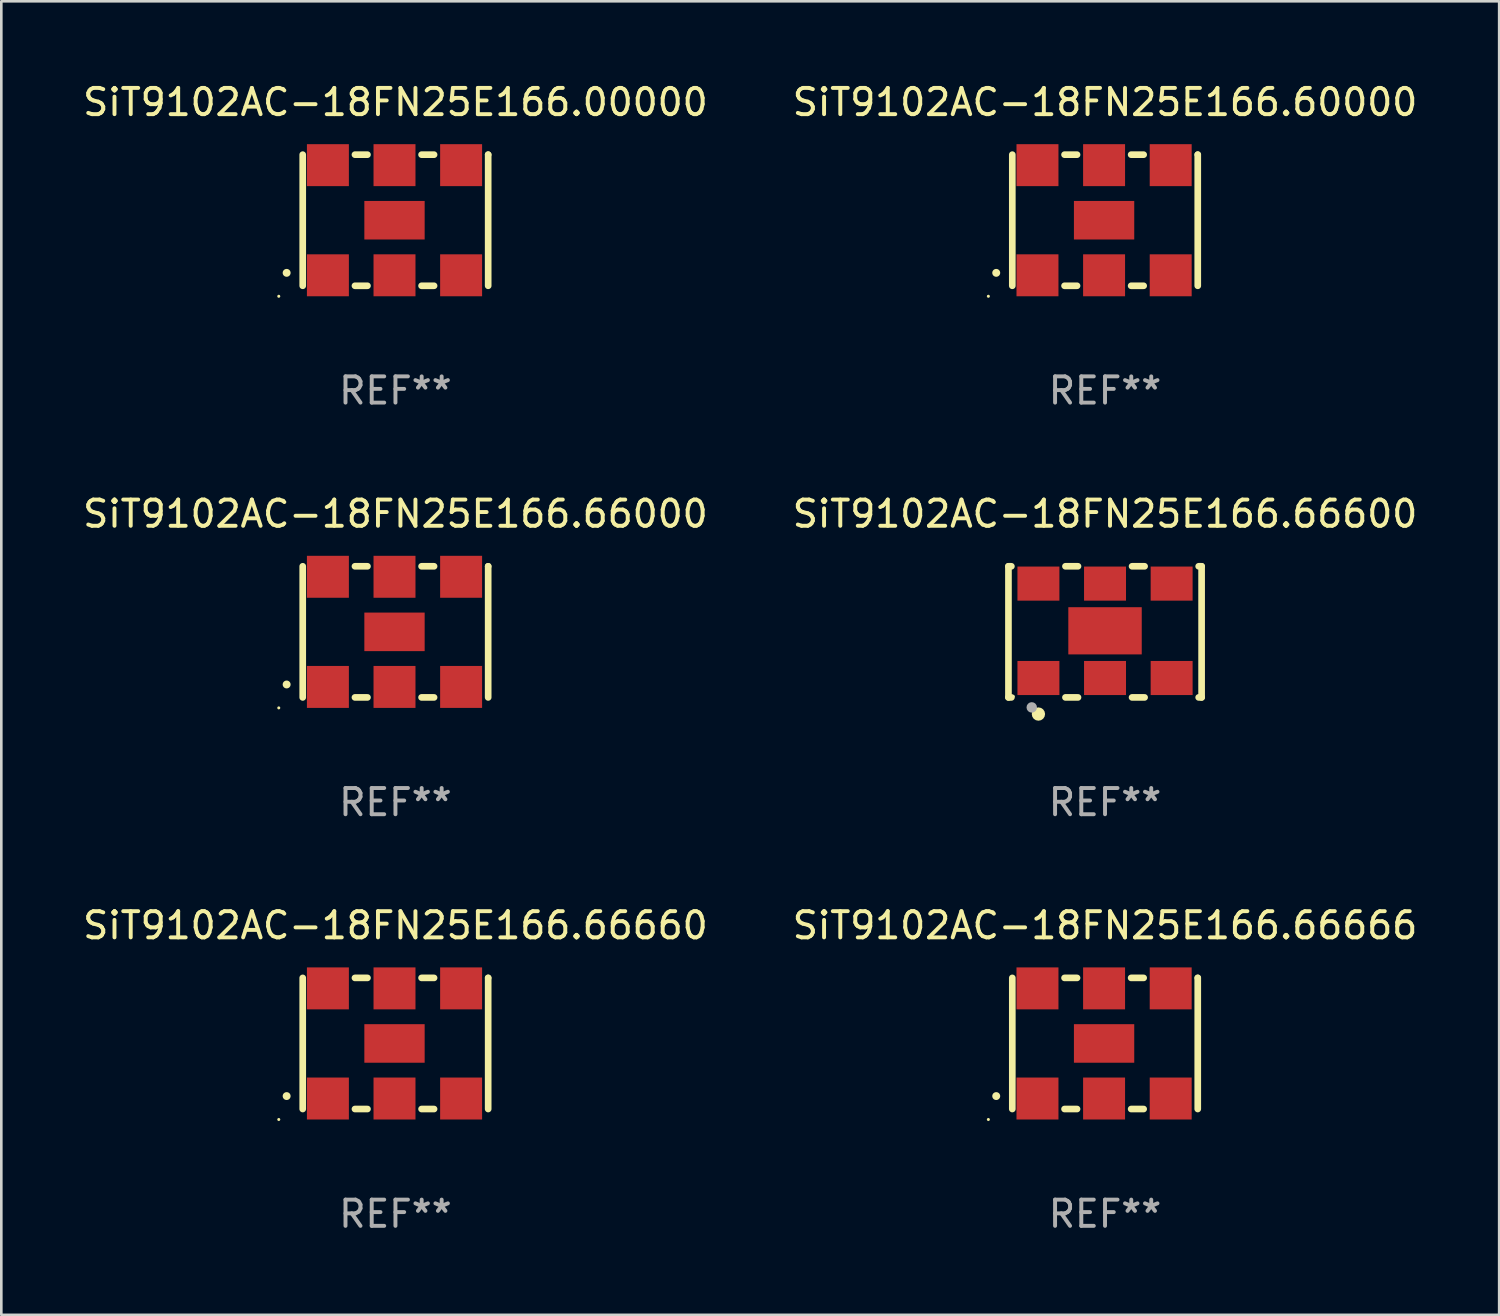
<source format=kicad_pcb>
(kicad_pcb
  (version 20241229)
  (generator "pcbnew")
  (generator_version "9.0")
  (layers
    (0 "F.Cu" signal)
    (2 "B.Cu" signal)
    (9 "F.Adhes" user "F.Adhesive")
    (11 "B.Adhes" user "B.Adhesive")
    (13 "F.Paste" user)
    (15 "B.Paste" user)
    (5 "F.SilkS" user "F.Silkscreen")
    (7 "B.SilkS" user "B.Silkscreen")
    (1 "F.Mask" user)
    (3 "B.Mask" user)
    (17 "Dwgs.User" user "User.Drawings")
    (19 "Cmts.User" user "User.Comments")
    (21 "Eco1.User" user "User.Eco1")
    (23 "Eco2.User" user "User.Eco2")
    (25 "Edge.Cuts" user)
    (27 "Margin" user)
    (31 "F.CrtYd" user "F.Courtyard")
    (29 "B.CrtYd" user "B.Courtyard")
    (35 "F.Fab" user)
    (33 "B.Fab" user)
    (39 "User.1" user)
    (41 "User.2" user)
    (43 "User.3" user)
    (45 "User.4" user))
  (footprint "SiT9102AC-18FN25E166.66600"
    (layer "F.Cu")
    (at 39.089 21.045)
    (property "Reference" "SiT9102AC-18FN25E166.66600" (at 0 -4.5 0) (layer "F.SilkS") (effects (font (size 1 1) (thickness 0.15))))
    (attr through_hole)
    (fp_line (start -3.683 -2.5) (end -3.571 -2.5) (stroke (width 0.254) (type solid)) (layer "F.SilkS"))
    (fp_line (start -3.683 2.5) (end -3.683 -2.5) (stroke (width 0.254) (type solid)) (layer "F.SilkS"))
    (fp_line (start -3.683 2.5) (end -3.571 2.5) (stroke (width 0.254) (type solid)) (layer "F.SilkS"))
    (fp_line (start -1.509 -2.5) (end -1.031 -2.5) (stroke (width 0.254) (type solid)) (layer "F.SilkS"))
    (fp_line (start -1.509 2.5) (end -1.031 2.5) (stroke (width 0.254) (type solid)) (layer "F.SilkS"))
    (fp_line (start 1.031 -2.5) (end 1.509 -2.5) (stroke (width 0.254) (type solid)) (layer "F.SilkS"))
    (fp_line (start 1.031 2.5) (end 1.509 2.5) (stroke (width 0.254) (type solid)) (layer "F.SilkS"))
    (fp_line (start 3.571 -2.5) (end 3.683 -2.5) (stroke (width 0.254) (type solid)) (layer "F.SilkS"))
    (fp_line (start 3.571 2.5) (end 3.683 2.5) (stroke (width 0.254) (type solid)) (layer "F.SilkS"))
    (fp_line (start 3.683 2.5) (end 3.683 -2.5) (stroke (width 0.254) (type solid)) (layer "F.SilkS"))
    (fp_circle (center -3.5 2.46) (end -3.47 2.46) (stroke (width 0.06) (type solid)) (fill no) (layer "F.SilkS"))
    (fp_circle (center -2.54 3.135) (end -2.413 3.135) (stroke (width 0.254) (type solid)) (fill no) (layer "F.SilkS"))
    (fp_circle (center -2.794 2.881) (end -2.694 2.881) (stroke (width 0.2) (type solid)) (fill no) (layer "F.Fab"))
    (fp_text user "REF**" (at 0 6.5 0) (layer "F.Fab") (effects (font (size 1 1) (thickness 0.15))))
    (pad "1" smd rect (at -2.54 1.76) (size 1.6 1.3) (layers "F.Cu" "F.Mask" "F.Paste"))
    (pad "2" smd rect (at 0 1.76) (size 1.6 1.3) (layers "F.Cu" "F.Mask" "F.Paste"))
    (pad "3" smd rect (at 2.54 1.76) (size 1.6 1.3) (layers "F.Cu" "F.Mask" "F.Paste"))
    (pad "4" smd rect (at 2.54 -1.84) (size 1.6 1.3) (layers "F.Cu" "F.Mask" "F.Paste"))
    (pad "5" smd rect (at 0 -1.84) (size 1.6 1.3) (layers "F.Cu" "F.Mask" "F.Paste"))
    (pad "6" smd rect (at -2.54 -1.84) (size 1.6 1.3) (layers "F.Cu" "F.Mask" "F.Paste"))
    (pad "7" smd rect (at 0 -0.04) (size 2.8 1.8) (layers "F.Cu" "F.Mask" "F.Paste")))
  (footprint "SiT9102AC-18FN25E166.60000"
    (layer "F.Cu")
    (at 39.089 5.348)
    (property "Reference" "SiT9102AC-18FN25E166.60000" (at 0 -4.5 0) (layer "F.SilkS") (effects (font (size 1 1) (thickness 0.15))))
    (attr through_hole)
    (fp_line (start -3.536 -2.5) (end -3.536 2.5) (stroke (width 0.254) (type solid)) (layer "F.SilkS"))
    (fp_line (start -1.544 2.5) (end -1.067 2.5) (stroke (width 0.254) (type solid)) (layer "F.SilkS"))
    (fp_line (start -1.067 -2.5) (end -1.544 -2.5) (stroke (width 0.254) (type solid)) (layer "F.SilkS"))
    (fp_line (start 0.996 2.5) (end 1.473 2.5) (stroke (width 0.254) (type solid)) (layer "F.SilkS"))
    (fp_line (start 1.473 -2.5) (end 0.996 -2.5) (stroke (width 0.254) (type solid)) (layer "F.SilkS"))
    (fp_line (start 3.536 -2.5) (end 3.536 -2.5) (stroke (width 0.254) (type solid)) (layer "F.SilkS"))
    (fp_line (start 3.536 2.5) (end 3.536 -2.5) (stroke (width 0.254) (type solid)) (layer "F.SilkS"))
    (fp_arc (start -4.150432 2.006604) (mid -4.149162 2.006599) (end -4.147892 2.006604) (stroke (width 0.3) (type solid)) (layer "F.SilkS"))
    (fp_circle (center -4.449 2.9) (end -4.419 2.9) (stroke (width 0.06) (type solid)) (fill no) (layer "F.SilkS"))
    (fp_text user "REF**" (at 0 6.5 0) (layer "F.Fab") (effects (font (size 1 1) (thickness 0.15))))
    (pad "1" smd rect (at -2.576 2.1) (size 1.6 1.6) (layers "F.Cu" "F.Mask" "F.Paste"))
    (pad "2" smd rect (at -0.036 2.1) (size 1.6 1.6) (layers "F.Cu" "F.Mask" "F.Paste"))
    (pad "3" smd rect (at 2.504 2.1) (size 1.6 1.6) (layers "F.Cu" "F.Mask" "F.Paste"))
    (pad "4" smd rect (at 2.504 -2.1) (size 1.6 1.6) (layers "F.Cu" "F.Mask" "F.Paste"))
    (pad "5" smd rect (at -0.036 -2.1) (size 1.6 1.6) (layers "F.Cu" "F.Mask" "F.Paste"))
    (pad "6" smd rect (at -2.576 -2.1) (size 1.6 1.6) (layers "F.Cu" "F.Mask" "F.Paste"))
    (pad "7" smd rect (at -0.036 0) (size 2.3 1.47) (layers "F.Cu" "F.Mask" "F.Paste")))
  (footprint "SiT9102AC-18FN25E166.00000"
    (layer "F.Cu")
    (at 12.03 5.348)
    (property "Reference" "SiT9102AC-18FN25E166.00000" (at 0 -4.5 0) (layer "F.SilkS") (effects (font (size 1 1) (thickness 0.15))))
    (attr through_hole)
    (fp_line (start -3.536 -2.5) (end -3.536 2.5) (stroke (width 0.254) (type solid)) (layer "F.SilkS"))
    (fp_line (start -1.544 2.5) (end -1.067 2.5) (stroke (width 0.254) (type solid)) (layer "F.SilkS"))
    (fp_line (start -1.067 -2.5) (end -1.544 -2.5) (stroke (width 0.254) (type solid)) (layer "F.SilkS"))
    (fp_line (start 0.996 2.5) (end 1.473 2.5) (stroke (width 0.254) (type solid)) (layer "F.SilkS"))
    (fp_line (start 1.473 -2.5) (end 0.996 -2.5) (stroke (width 0.254) (type solid)) (layer "F.SilkS"))
    (fp_line (start 3.536 -2.5) (end 3.536 -2.5) (stroke (width 0.254) (type solid)) (layer "F.SilkS"))
    (fp_line (start 3.536 2.5) (end 3.536 -2.5) (stroke (width 0.254) (type solid)) (layer "F.SilkS"))
    (fp_arc (start -4.150432 2.006604) (mid -4.149162 2.006599) (end -4.147892 2.006604) (stroke (width 0.3) (type solid)) (layer "F.SilkS"))
    (fp_circle (center -4.449 2.9) (end -4.419 2.9) (stroke (width 0.06) (type solid)) (fill no) (layer "F.SilkS"))
    (fp_text user "REF**" (at 0 6.5 0) (layer "F.Fab") (effects (font (size 1 1) (thickness 0.15))))
    (pad "1" smd rect (at -2.576 2.1) (size 1.6 1.6) (layers "F.Cu" "F.Mask" "F.Paste"))
    (pad "2" smd rect (at -0.036 2.1) (size 1.6 1.6) (layers "F.Cu" "F.Mask" "F.Paste"))
    (pad "3" smd rect (at 2.504 2.1) (size 1.6 1.6) (layers "F.Cu" "F.Mask" "F.Paste"))
    (pad "4" smd rect (at 2.504 -2.1) (size 1.6 1.6) (layers "F.Cu" "F.Mask" "F.Paste"))
    (pad "5" smd rect (at -0.036 -2.1) (size 1.6 1.6) (layers "F.Cu" "F.Mask" "F.Paste"))
    (pad "6" smd rect (at -2.576 -2.1) (size 1.6 1.6) (layers "F.Cu" "F.Mask" "F.Paste"))
    (pad "7" smd rect (at -0.036 0) (size 2.3 1.47) (layers "F.Cu" "F.Mask" "F.Paste")))
  (footprint "SiT9102AC-18FN25E166.66660"
    (layer "F.Cu")
    (at 12.03 36.741)
    (property "Reference" "SiT9102AC-18FN25E166.66660" (at 0 -4.5 0) (layer "F.SilkS") (effects (font (size 1 1) (thickness 0.15))))
    (attr through_hole)
    (fp_line (start -3.536 -2.5) (end -3.536 2.5) (stroke (width 0.254) (type solid)) (layer "F.SilkS"))
    (fp_line (start -1.544 2.5) (end -1.067 2.5) (stroke (width 0.254) (type solid)) (layer "F.SilkS"))
    (fp_line (start -1.067 -2.5) (end -1.544 -2.5) (stroke (width 0.254) (type solid)) (layer "F.SilkS"))
    (fp_line (start 0.996 2.5) (end 1.473 2.5) (stroke (width 0.254) (type solid)) (layer "F.SilkS"))
    (fp_line (start 1.473 -2.5) (end 0.996 -2.5) (stroke (width 0.254) (type solid)) (layer "F.SilkS"))
    (fp_line (start 3.536 -2.5) (end 3.536 -2.5) (stroke (width 0.254) (type solid)) (layer "F.SilkS"))
    (fp_line (start 3.536 2.5) (end 3.536 -2.5) (stroke (width 0.254) (type solid)) (layer "F.SilkS"))
    (fp_arc (start -4.150432 2.006604) (mid -4.149162 2.006599) (end -4.147892 2.006604) (stroke (width 0.3) (type solid)) (layer "F.SilkS"))
    (fp_circle (center -4.449 2.9) (end -4.419 2.9) (stroke (width 0.06) (type solid)) (fill no) (layer "F.SilkS"))
    (fp_text user "REF**" (at 0 6.5 0) (layer "F.Fab") (effects (font (size 1 1) (thickness 0.15))))
    (pad "1" smd rect (at -2.576 2.1) (size 1.6 1.6) (layers "F.Cu" "F.Mask" "F.Paste"))
    (pad "2" smd rect (at -0.036 2.1) (size 1.6 1.6) (layers "F.Cu" "F.Mask" "F.Paste"))
    (pad "3" smd rect (at 2.504 2.1) (size 1.6 1.6) (layers "F.Cu" "F.Mask" "F.Paste"))
    (pad "4" smd rect (at 2.504 -2.1) (size 1.6 1.6) (layers "F.Cu" "F.Mask" "F.Paste"))
    (pad "5" smd rect (at -0.036 -2.1) (size 1.6 1.6) (layers "F.Cu" "F.Mask" "F.Paste"))
    (pad "6" smd rect (at -2.576 -2.1) (size 1.6 1.6) (layers "F.Cu" "F.Mask" "F.Paste"))
    (pad "7" smd rect (at -0.036 0) (size 2.3 1.47) (layers "F.Cu" "F.Mask" "F.Paste")))
  (footprint "SiT9102AC-18FN25E166.66666"
    (layer "F.Cu")
    (at 39.089 36.741)
    (property "Reference" "SiT9102AC-18FN25E166.66666" (at 0 -4.5 0) (layer "F.SilkS") (effects (font (size 1 1) (thickness 0.15))))
    (attr through_hole)
    (fp_line (start -3.536 -2.5) (end -3.536 2.5) (stroke (width 0.254) (type solid)) (layer "F.SilkS"))
    (fp_line (start -1.544 2.5) (end -1.067 2.5) (stroke (width 0.254) (type solid)) (layer "F.SilkS"))
    (fp_line (start -1.067 -2.5) (end -1.544 -2.5) (stroke (width 0.254) (type solid)) (layer "F.SilkS"))
    (fp_line (start 0.996 2.5) (end 1.473 2.5) (stroke (width 0.254) (type solid)) (layer "F.SilkS"))
    (fp_line (start 1.473 -2.5) (end 0.996 -2.5) (stroke (width 0.254) (type solid)) (layer "F.SilkS"))
    (fp_line (start 3.536 -2.5) (end 3.536 -2.5) (stroke (width 0.254) (type solid)) (layer "F.SilkS"))
    (fp_line (start 3.536 2.5) (end 3.536 -2.5) (stroke (width 0.254) (type solid)) (layer "F.SilkS"))
    (fp_arc (start -4.150432 2.006604) (mid -4.149162 2.006599) (end -4.147892 2.006604) (stroke (width 0.3) (type solid)) (layer "F.SilkS"))
    (fp_circle (center -4.449 2.9) (end -4.419 2.9) (stroke (width 0.06) (type solid)) (fill no) (layer "F.SilkS"))
    (fp_text user "REF**" (at 0 6.5 0) (layer "F.Fab") (effects (font (size 1 1) (thickness 0.15))))
    (pad "1" smd rect (at -2.576 2.1) (size 1.6 1.6) (layers "F.Cu" "F.Mask" "F.Paste"))
    (pad "2" smd rect (at -0.036 2.1) (size 1.6 1.6) (layers "F.Cu" "F.Mask" "F.Paste"))
    (pad "3" smd rect (at 2.504 2.1) (size 1.6 1.6) (layers "F.Cu" "F.Mask" "F.Paste"))
    (pad "4" smd rect (at 2.504 -2.1) (size 1.6 1.6) (layers "F.Cu" "F.Mask" "F.Paste"))
    (pad "5" smd rect (at -0.036 -2.1) (size 1.6 1.6) (layers "F.Cu" "F.Mask" "F.Paste"))
    (pad "6" smd rect (at -2.576 -2.1) (size 1.6 1.6) (layers "F.Cu" "F.Mask" "F.Paste"))
    (pad "7" smd rect (at -0.036 0) (size 2.3 1.47) (layers "F.Cu" "F.Mask" "F.Paste")))
  (footprint "SiT9102AC-18FN25E166.66000"
    (layer "F.Cu")
    (at 12.03 21.045)
    (property "Reference" "SiT9102AC-18FN25E166.66000" (at 0 -4.5 0) (layer "F.SilkS") (effects (font (size 1 1) (thickness 0.15))))
    (attr through_hole)
    (fp_line (start -3.536 -2.5) (end -3.536 2.5) (stroke (width 0.254) (type solid)) (layer "F.SilkS"))
    (fp_line (start -1.544 2.5) (end -1.067 2.5) (stroke (width 0.254) (type solid)) (layer "F.SilkS"))
    (fp_line (start -1.067 -2.5) (end -1.544 -2.5) (stroke (width 0.254) (type solid)) (layer "F.SilkS"))
    (fp_line (start 0.996 2.5) (end 1.473 2.5) (stroke (width 0.254) (type solid)) (layer "F.SilkS"))
    (fp_line (start 1.473 -2.5) (end 0.996 -2.5) (stroke (width 0.254) (type solid)) (layer "F.SilkS"))
    (fp_line (start 3.536 -2.5) (end 3.536 -2.5) (stroke (width 0.254) (type solid)) (layer "F.SilkS"))
    (fp_line (start 3.536 2.5) (end 3.536 -2.5) (stroke (width 0.254) (type solid)) (layer "F.SilkS"))
    (fp_arc (start -4.150432 2.006604) (mid -4.149162 2.006599) (end -4.147892 2.006604) (stroke (width 0.3) (type solid)) (layer "F.SilkS"))
    (fp_circle (center -4.449 2.9) (end -4.419 2.9) (stroke (width 0.06) (type solid)) (fill no) (layer "F.SilkS"))
    (fp_text user "REF**" (at 0 6.5 0) (layer "F.Fab") (effects (font (size 1 1) (thickness 0.15))))
    (pad "1" smd rect (at -2.576 2.1) (size 1.6 1.6) (layers "F.Cu" "F.Mask" "F.Paste"))
    (pad "2" smd rect (at -0.036 2.1) (size 1.6 1.6) (layers "F.Cu" "F.Mask" "F.Paste"))
    (pad "3" smd rect (at 2.504 2.1) (size 1.6 1.6) (layers "F.Cu" "F.Mask" "F.Paste"))
    (pad "4" smd rect (at 2.504 -2.1) (size 1.6 1.6) (layers "F.Cu" "F.Mask" "F.Paste"))
    (pad "5" smd rect (at -0.036 -2.1) (size 1.6 1.6) (layers "F.Cu" "F.Mask" "F.Paste"))
    (pad "6" smd rect (at -2.576 -2.1) (size 1.6 1.6) (layers "F.Cu" "F.Mask" "F.Paste"))
    (pad "7" smd rect (at -0.036 0) (size 2.3 1.47) (layers "F.Cu" "F.Mask" "F.Paste")))
  (gr_rect
    (start -3 -3)
    (end 54.119 47.09)
    (stroke (width 0.1) (type default))
    (fill no)
    (layer "Edge.Cuts")))
</source>
